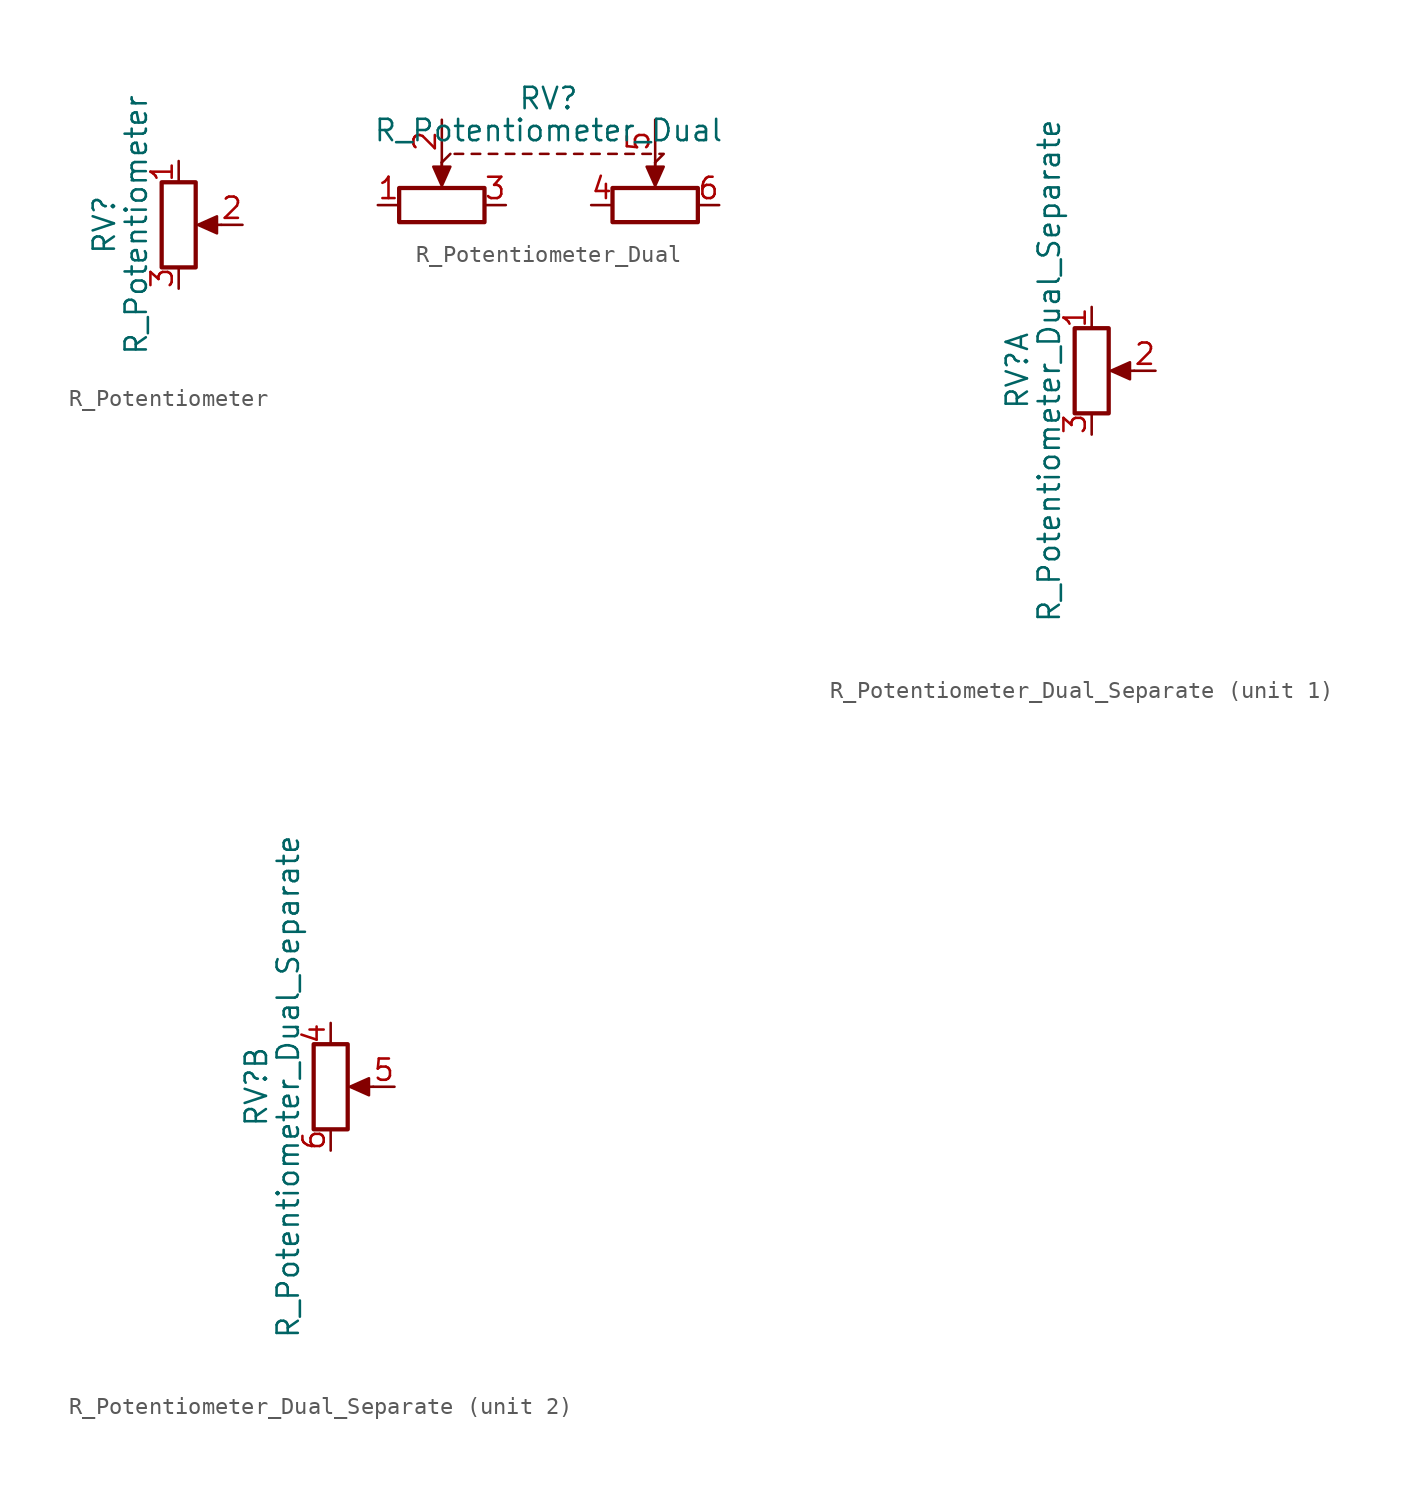
<source format=kicad_sym>
(kicad_symbol_lib
  (version 20201005)
  (generator kicad_symbol_editor)
  (symbol "R_Potentiometer"
    (pin_names
      (offset 1.016) hide)
    (property "Reference" "RV"
      (at -4.445 0 90)
      (effects (font (size 1.27 1.27))))
    (property "Value" "R_Potentiometer"
      (at -2.54 0 90)
      (effects (font (size 1.27 1.27))))
    (symbol "R_Potentiometer_0_1"
      (rectangle (start 1.016 2.54) (end -1.016 -2.54) (stroke (width 0.254)) (fill (type none)))
      (polyline (pts (xy 2.54 0) (xy 1.524 0)) (stroke (width 0)) (fill (type none)))
      (polyline (pts (xy 1.143 0) (xy 2.286 0.508) (xy 2.286 -0.508) (xy 1.143 0)) (stroke (width 0)) (fill (type outline))))
    (symbol "R_Potentiometer_1_1"
      (pin passive line (at 0 3.81 270) (length 1.27) (name "1" (effects (font (size 1.27 1.27)))) (number "1" (effects (font (size 1.27 1.27)))))
      (pin passive line (at 3.81 0 180) (length 1.27) (name "2" (effects (font (size 1.27 1.27)))) (number "2" (effects (font (size 1.27 1.27)))))
      (pin passive line (at 0 -3.81 90) (length 1.27) (name "3" (effects (font (size 1.27 1.27)))) (number "3" (effects (font (size 1.27 1.27)))))))
  (symbol "R_Potentiometer_Dual"
    (pin_names
      (offset 1.016) hide)
    (property "Reference" "RV"
      (at 0 3.81 0)
      (effects (font (size 1.27 1.27))))
    (property "Value" "R_Potentiometer_Dual"
      (at 0 1.905 0)
      (effects (font (size 1.27 1.27))))
    (symbol "R_Potentiometer_Dual_0_1"
      (rectangle (start -8.89 -1.524) (end -3.81 -3.556) (stroke (width 0.254)) (fill (type none)))
      (rectangle (start 3.81 -1.524) (end 8.89 -3.556) (stroke (width 0.254)) (fill (type none)))
      (polyline (pts (xy -6.35 0) (xy -6.35 -1.016)) (stroke (width 0)) (fill (type none)))
      (polyline (pts (xy -6.35 0) (xy -6.35 -1.016)) (stroke (width 0)) (fill (type none)))
      (polyline (pts (xy -6.35 0) (xy -5.842 0.508)) (stroke (width 0)) (fill (type none)))
      (polyline (pts (xy -5.588 0.508) (xy -5.08 0.508)) (stroke (width 0)) (fill (type none)))
      (polyline (pts (xy -4.572 0.508) (xy -4.064 0.508)) (stroke (width 0)) (fill (type none)))
      (polyline (pts (xy -3.556 0.508) (xy -3.048 0.508)) (stroke (width 0)) (fill (type none)))
      (polyline (pts (xy -2.54 0.508) (xy -2.032 0.508)) (stroke (width 0)) (fill (type none)))
      (polyline (pts (xy -1.524 0.508) (xy -1.016 0.508)) (stroke (width 0)) (fill (type none)))
      (polyline (pts (xy -0.508 0.508) (xy 0 0.508)) (stroke (width 0)) (fill (type none)))
      (polyline (pts (xy 0.508 0.508) (xy 1.016 0.508)) (stroke (width 0)) (fill (type none)))
      (polyline (pts (xy 1.524 0.508) (xy 2.032 0.508)) (stroke (width 0)) (fill (type none)))
      (polyline (pts (xy 2.54 0.508) (xy 3.048 0.508)) (stroke (width 0)) (fill (type none)))
      (polyline (pts (xy 3.556 0.508) (xy 4.064 0.508)) (stroke (width 0)) (fill (type none)))
      (polyline (pts (xy 4.572 0.508) (xy 5.08 0.508)) (stroke (width 0)) (fill (type none)))
      (polyline (pts (xy 5.588 0.508) (xy 6.096 0.508)) (stroke (width 0)) (fill (type none)))
      (polyline (pts (xy 6.35 0) (xy 6.35 -1.016)) (stroke (width 0)) (fill (type none)))
      (polyline (pts (xy 6.35 0) (xy 6.35 -1.016)) (stroke (width 0)) (fill (type none)))
      (polyline (pts (xy 6.604 0.508) (xy 6.858 0.508) (xy 6.35 0)) (stroke (width 0)) (fill (type none)))
      (polyline (pts (xy -6.35 -1.397) (xy -6.858 -0.254) (xy -5.842 -0.254) (xy -6.35 -1.397)) (stroke (width 0)) (fill (type outline)))
      (polyline (pts (xy 6.35 -1.397) (xy 5.842 -0.254) (xy 6.858 -0.254) (xy 6.35 -1.397)) (stroke (width 0)) (fill (type outline))))
    (symbol "R_Potentiometer_Dual_1_1"
      (pin passive line (at -10.16 -2.54 0) (length 1.27) (name "1" (effects (font (size 1.27 1.27)))) (number "1" (effects (font (size 1.27 1.27)))))
      (pin passive line (at -6.35 2.54 270) (length 2.54) (name "2" (effects (font (size 1.27 1.27)))) (number "2" (effects (font (size 1.27 1.27)))))
      (pin passive line (at -2.54 -2.54 180) (length 1.27) (name "3" (effects (font (size 1.27 1.27)))) (number "3" (effects (font (size 1.27 1.27)))))
      (pin passive line (at 2.54 -2.54 0) (length 1.27) (name "4" (effects (font (size 1.27 1.27)))) (number "4" (effects (font (size 1.27 1.27)))))
      (pin passive line (at 6.35 2.54 270) (length 2.54) (name "5" (effects (font (size 1.27 1.27)))) (number "5" (effects (font (size 1.27 1.27)))))
      (pin passive line (at 10.16 -2.54 180) (length 1.27) (name "6" (effects (font (size 1.27 1.27)))) (number "6" (effects (font (size 1.27 1.27)))))))
  (symbol "R_Potentiometer_Dual_Separate"
    (pin_names
      (offset 1.016) hide)
    (property "Reference" "RV"
      (at -4.445 0 90)
      (effects (font (size 1.27 1.27))))
    (property "Value" "R_Potentiometer_Dual_Separate"
      (at -2.54 0 90)
      (effects (font (size 1.27 1.27))))
    (symbol "R_Potentiometer_Dual_Separate_0_1"
      (rectangle (start 1.016 2.54) (end -1.016 -2.54) (stroke (width 0.254)) (fill (type none)))
      (polyline (pts (xy 2.54 0) (xy 1.524 0)) (stroke (width 0)) (fill (type none)))
      (polyline (pts (xy 1.143 0) (xy 2.286 0.508) (xy 2.286 -0.508) (xy 1.143 0)) (stroke (width 0)) (fill (type outline))))
    (symbol "R_Potentiometer_Dual_Separate_1_1"
      (pin passive line (at 0 3.81 270) (length 1.27) (name "1" (effects (font (size 1.27 1.27)))) (number "1" (effects (font (size 1.27 1.27)))))
      (pin passive line (at 3.81 0 180) (length 1.27) (name "2" (effects (font (size 1.27 1.27)))) (number "2" (effects (font (size 1.27 1.27)))))
      (pin passive line (at 0 -3.81 90) (length 1.27) (name "3" (effects (font (size 1.27 1.27)))) (number "3" (effects (font (size 1.27 1.27))))))
    (symbol "R_Potentiometer_Dual_Separate_2_1"
      (pin passive line (at 0 3.81 270) (length 1.27) (name "4" (effects (font (size 1.27 1.27)))) (number "4" (effects (font (size 1.27 1.27)))))
      (pin passive line (at 3.81 0 180) (length 1.27) (name "5" (effects (font (size 1.27 1.27)))) (number "5" (effects (font (size 1.27 1.27)))))
      (pin passive line (at 0 -3.81 90) (length 1.27) (name "6" (effects (font (size 1.27 1.27)))) (number "6" (effects (font (size 1.27 1.27))))))))
</source>
